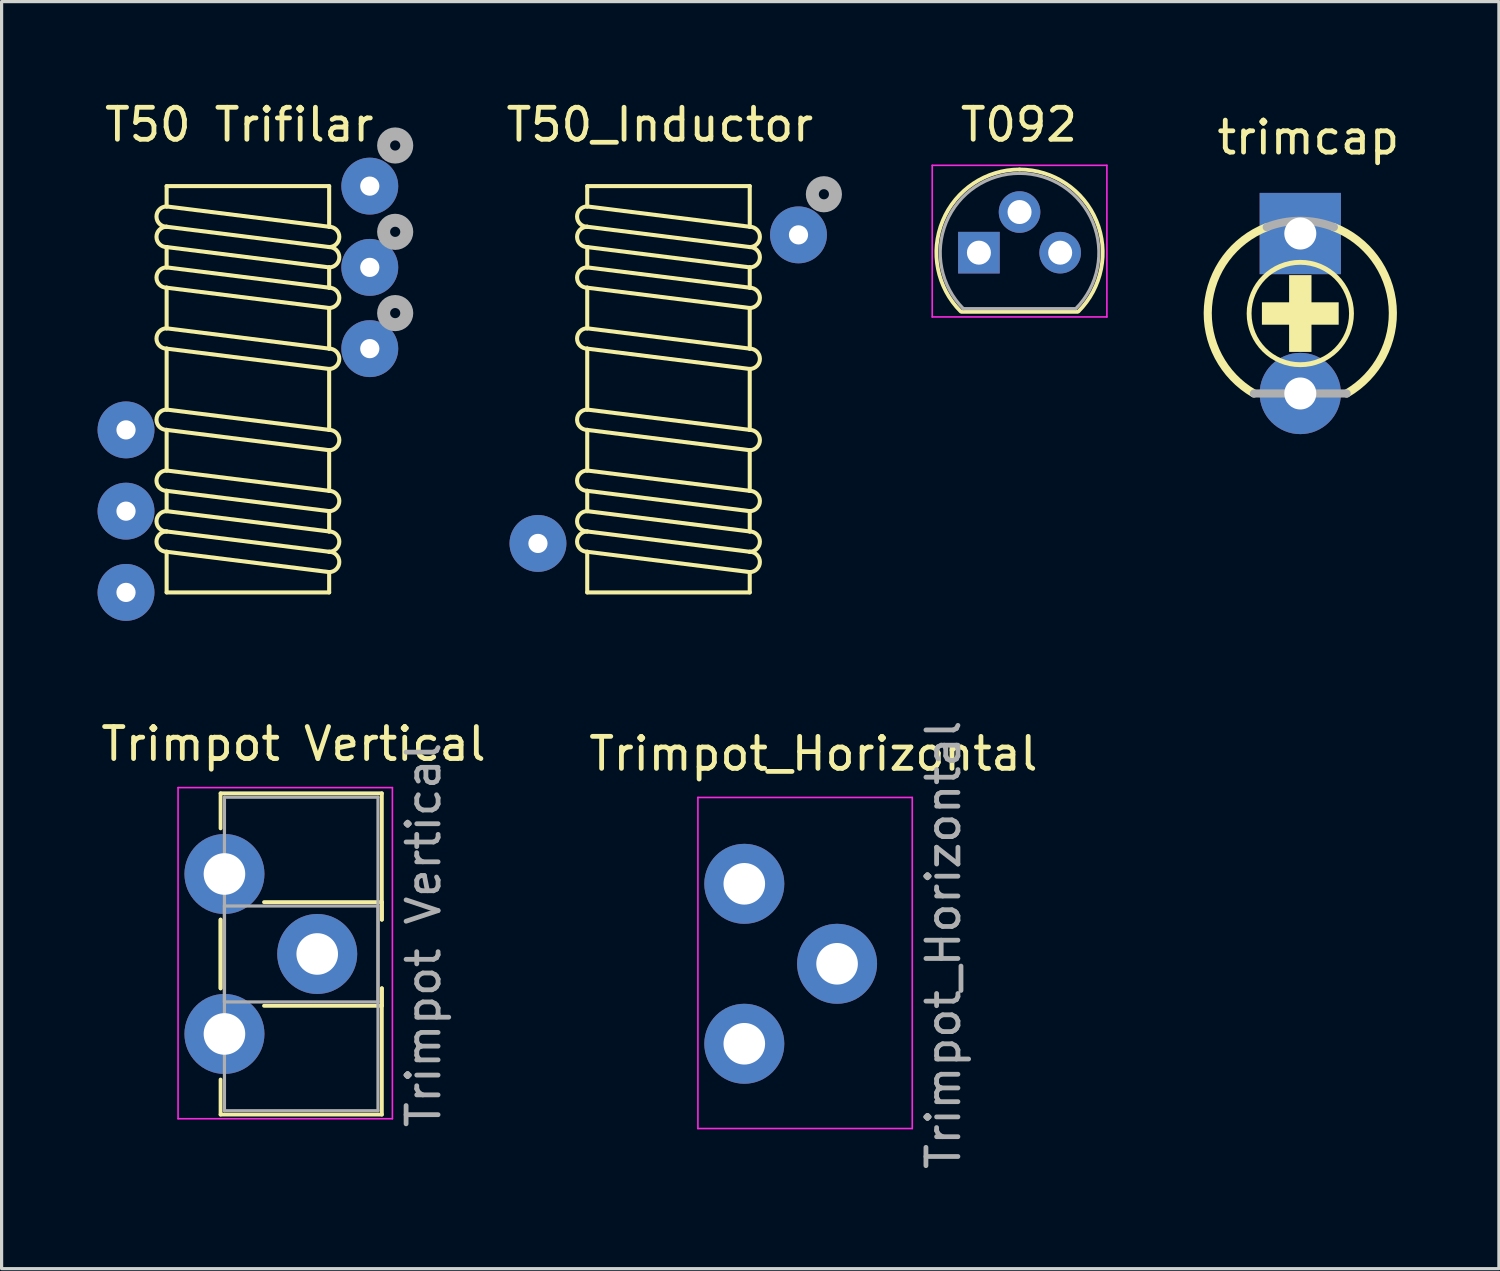
<source format=kicad_pcb>
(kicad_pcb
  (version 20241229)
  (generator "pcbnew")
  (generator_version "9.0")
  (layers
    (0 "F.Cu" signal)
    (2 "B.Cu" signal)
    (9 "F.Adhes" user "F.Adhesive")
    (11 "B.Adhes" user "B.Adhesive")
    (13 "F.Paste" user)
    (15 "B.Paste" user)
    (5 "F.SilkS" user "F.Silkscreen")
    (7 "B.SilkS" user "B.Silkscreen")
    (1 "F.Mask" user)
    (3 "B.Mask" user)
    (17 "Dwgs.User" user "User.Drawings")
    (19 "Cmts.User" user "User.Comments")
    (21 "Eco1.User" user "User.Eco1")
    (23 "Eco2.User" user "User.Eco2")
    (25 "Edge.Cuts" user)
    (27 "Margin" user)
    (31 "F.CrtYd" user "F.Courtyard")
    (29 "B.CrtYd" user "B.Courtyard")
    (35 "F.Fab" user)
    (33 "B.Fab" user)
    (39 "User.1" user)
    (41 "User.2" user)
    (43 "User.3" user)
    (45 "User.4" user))
  (footprint "T50_Inductor"
    (layer "F.Cu")
    (at 17.576 0.348)
    (property "Reference" "T50_Inductor" (at 0 0.5 0) (layer "F.SilkS") (effects (font (size 1 1) (thickness 0.15))))
    (attr through_hole)
    (fp_line (start -2.27 2.42) (end -2.27 3.055) (stroke (width 0.127) (type solid)) (layer "F.SilkS"))
    (fp_line (start -2.27 3.055) (end 2.81 3.69) (stroke (width 0.127) (type solid)) (layer "F.SilkS"))
    (fp_line (start -2.27 3.69) (end 2.81 4.325) (stroke (width 0.127) (type solid)) (layer "F.SilkS"))
    (fp_line (start -2.27 4.325) (end -2.27 4.96) (stroke (width 0.127) (type solid)) (layer "F.SilkS"))
    (fp_line (start -2.27 4.325) (end 2.81 4.96) (stroke (width 0.127) (type solid)) (layer "F.SilkS"))
    (fp_line (start -2.27 4.96) (end 2.81 5.595) (stroke (width 0.127) (type solid)) (layer "F.SilkS"))
    (fp_line (start -2.27 5.595) (end -2.27 6.865) (stroke (width 0.127) (type solid)) (layer "F.SilkS"))
    (fp_line (start -2.27 5.595) (end 2.81 6.23) (stroke (width 0.127) (type solid)) (layer "F.SilkS"))
    (fp_line (start -2.27 6.865) (end 2.81 7.5) (stroke (width 0.127) (type solid)) (layer "F.SilkS"))
    (fp_line (start -2.27 7.5) (end -2.27 9.405) (stroke (width 0.127) (type solid)) (layer "F.SilkS"))
    (fp_line (start -2.27 7.5) (end 2.81 8.135) (stroke (width 0.127) (type solid)) (layer "F.SilkS"))
    (fp_line (start -2.27 9.405) (end 2.81 10.04) (stroke (width 0.127) (type solid)) (layer "F.SilkS"))
    (fp_line (start -2.27 10.04) (end -2.27 11.31) (stroke (width 0.127) (type solid)) (layer "F.SilkS"))
    (fp_line (start -2.27 10.04) (end 2.81 10.675) (stroke (width 0.127) (type solid)) (layer "F.SilkS"))
    (fp_line (start -2.27 11.31) (end 2.81 11.945) (stroke (width 0.127) (type solid)) (layer "F.SilkS"))
    (fp_line (start -2.27 11.945) (end -2.27 12.58) (stroke (width 0.127) (type solid)) (layer "F.SilkS"))
    (fp_line (start -2.27 11.945) (end 2.81 12.58) (stroke (width 0.127) (type solid)) (layer "F.SilkS"))
    (fp_line (start -2.27 12.58) (end 2.81 13.215) (stroke (width 0.127) (type solid)) (layer "F.SilkS"))
    (fp_line (start -2.27 13.215) (end 2.81 13.85) (stroke (width 0.127) (type solid)) (layer "F.SilkS"))
    (fp_line (start -2.27 13.85) (end -2.27 15.12) (stroke (width 0.127) (type solid)) (layer "F.SilkS"))
    (fp_line (start -2.27 13.85) (end 2.81 14.485) (stroke (width 0.127) (type solid)) (layer "F.SilkS"))
    (fp_line (start -2.27 15.12) (end 2.81 15.12) (stroke (width 0.127) (type solid)) (layer "F.SilkS"))
    (fp_line (start 2.81 2.42) (end -2.27 2.42) (stroke (width 0.127) (type solid)) (layer "F.SilkS"))
    (fp_line (start 2.81 3.69) (end 2.81 2.42) (stroke (width 0.127) (type solid)) (layer "F.SilkS"))
    (fp_line (start 2.81 5.595) (end 2.81 4.96) (stroke (width 0.127) (type solid)) (layer "F.SilkS"))
    (fp_line (start 2.81 7.5) (end 2.81 6.23) (stroke (width 0.127) (type solid)) (layer "F.SilkS"))
    (fp_line (start 2.81 10.04) (end 2.81 8.135) (stroke (width 0.127) (type solid)) (layer "F.SilkS"))
    (fp_line (start 2.81 11.945) (end 2.81 10.675) (stroke (width 0.127) (type solid)) (layer "F.SilkS"))
    (fp_line (start 2.81 13.215) (end 2.81 12.58) (stroke (width 0.127) (type solid)) (layer "F.SilkS"))
    (fp_line (start 2.81 15.12) (end 2.81 14.485) (stroke (width 0.127) (type solid)) (layer "F.SilkS"))
    (fp_arc (start -2.27 3.69) (mid -2.5875 3.3725) (end -2.27 3.055) (stroke (width 0.127) (type solid)) (layer "F.SilkS"))
    (fp_arc (start -2.27 4.325) (mid -2.5875 4.0075) (end -2.27 3.69) (stroke (width 0.127) (type solid)) (layer "F.SilkS"))
    (fp_arc (start -2.27 5.595) (mid -2.5875 5.2775) (end -2.27 4.96) (stroke (width 0.127) (type solid)) (layer "F.SilkS"))
    (fp_arc (start -2.27 7.5) (mid -2.5875 7.1825) (end -2.27 6.865) (stroke (width 0.127) (type solid)) (layer "F.SilkS"))
    (fp_arc (start -2.27 10.04) (mid -2.5875 9.7225) (end -2.27 9.405) (stroke (width 0.127) (type solid)) (layer "F.SilkS"))
    (fp_arc (start -2.27 11.945) (mid -2.5875 11.6275) (end -2.27 11.31) (stroke (width 0.127) (type solid)) (layer "F.SilkS"))
    (fp_arc (start -2.27 13.215) (mid -2.5875 12.8975) (end -2.27 12.58) (stroke (width 0.127) (type solid)) (layer "F.SilkS"))
    (fp_arc (start -2.27 13.85) (mid -2.5875 13.5325) (end -2.27 13.215) (stroke (width 0.127) (type solid)) (layer "F.SilkS"))
    (fp_arc (start 2.81 3.69) (mid 3.1275 4.0075) (end 2.81 4.325) (stroke (width 0.127) (type solid)) (layer "F.SilkS"))
    (fp_arc (start 2.81 4.325) (mid 3.1275 4.6425) (end 2.81 4.96) (stroke (width 0.127) (type solid)) (layer "F.SilkS"))
    (fp_arc (start 2.81 5.595) (mid 3.1275 5.9125) (end 2.81 6.23) (stroke (width 0.127) (type solid)) (layer "F.SilkS"))
    (fp_arc (start 2.81 7.5) (mid 3.1275 7.8175) (end 2.81 8.135) (stroke (width 0.127) (type solid)) (layer "F.SilkS"))
    (fp_arc (start 2.81 10.04) (mid 3.1275 10.3575) (end 2.81 10.675) (stroke (width 0.127) (type solid)) (layer "F.SilkS"))
    (fp_arc (start 2.81 11.945) (mid 3.1275 12.2625) (end 2.81 12.58) (stroke (width 0.127) (type solid)) (layer "F.SilkS"))
    (fp_arc (start 2.81 13.215) (mid 3.1275 13.5325) (end 2.81 13.85) (stroke (width 0.127) (type solid)) (layer "F.SilkS"))
    (fp_arc (start 2.81 13.85) (mid 3.1275 14.1675) (end 2.81 14.485) (stroke (width 0.127) (type solid)) (layer "F.SilkS"))
    (fp_circle (center 5.128 2.674) (end 5.287 2.674) (stroke (width 0.406) (type solid)) (fill no) (layer "F.Fab"))
    (pad "1" thru_hole circle (at -3.81 13.589) (size 1.778 1.778) (drill 0.6) (layers "*.Cu" "*.Mask"))
    (pad "2" thru_hole circle (at 4.334 3.944) (size 1.778 1.778) (drill 0.6) (layers "*.Cu" "*.Mask")))
  (footprint "T50 Trifilar"
    (layer "F.Cu")
    (at 4.429 0.348)
    (property "Reference" "T50 Trifilar" (at 0 0.5 0) (layer "F.SilkS") (effects (font (size 1 1) (thickness 0.15))))
    (attr through_hole)
    (fp_line (start -2.27 2.42) (end -2.27 3.055) (stroke (width 0.127) (type solid)) (layer "F.SilkS"))
    (fp_line (start -2.27 3.055) (end 2.81 3.69) (stroke (width 0.127) (type solid)) (layer "F.SilkS"))
    (fp_line (start -2.27 3.69) (end 2.81 4.325) (stroke (width 0.127) (type solid)) (layer "F.SilkS"))
    (fp_line (start -2.27 4.325) (end -2.27 4.96) (stroke (width 0.127) (type solid)) (layer "F.SilkS"))
    (fp_line (start -2.27 4.325) (end 2.81 4.96) (stroke (width 0.127) (type solid)) (layer "F.SilkS"))
    (fp_line (start -2.27 4.96) (end 2.81 5.595) (stroke (width 0.127) (type solid)) (layer "F.SilkS"))
    (fp_line (start -2.27 5.595) (end -2.27 6.865) (stroke (width 0.127) (type solid)) (layer "F.SilkS"))
    (fp_line (start -2.27 5.595) (end 2.81 6.23) (stroke (width 0.127) (type solid)) (layer "F.SilkS"))
    (fp_line (start -2.27 6.865) (end 2.81 7.5) (stroke (width 0.127) (type solid)) (layer "F.SilkS"))
    (fp_line (start -2.27 7.5) (end -2.27 9.405) (stroke (width 0.127) (type solid)) (layer "F.SilkS"))
    (fp_line (start -2.27 7.5) (end 2.81 8.135) (stroke (width 0.127) (type solid)) (layer "F.SilkS"))
    (fp_line (start -2.27 9.405) (end 2.81 10.04) (stroke (width 0.127) (type solid)) (layer "F.SilkS"))
    (fp_line (start -2.27 10.04) (end -2.27 11.31) (stroke (width 0.127) (type solid)) (layer "F.SilkS"))
    (fp_line (start -2.27 10.04) (end 2.81 10.675) (stroke (width 0.127) (type solid)) (layer "F.SilkS"))
    (fp_line (start -2.27 11.31) (end 2.81 11.945) (stroke (width 0.127) (type solid)) (layer "F.SilkS"))
    (fp_line (start -2.27 11.945) (end -2.27 12.58) (stroke (width 0.127) (type solid)) (layer "F.SilkS"))
    (fp_line (start -2.27 11.945) (end 2.81 12.58) (stroke (width 0.127) (type solid)) (layer "F.SilkS"))
    (fp_line (start -2.27 12.58) (end 2.81 13.215) (stroke (width 0.127) (type solid)) (layer "F.SilkS"))
    (fp_line (start -2.27 13.215) (end 2.81 13.85) (stroke (width 0.127) (type solid)) (layer "F.SilkS"))
    (fp_line (start -2.27 13.85) (end -2.27 15.12) (stroke (width 0.127) (type solid)) (layer "F.SilkS"))
    (fp_line (start -2.27 13.85) (end 2.81 14.485) (stroke (width 0.127) (type solid)) (layer "F.SilkS"))
    (fp_line (start -2.27 15.12) (end 2.81 15.12) (stroke (width 0.127) (type solid)) (layer "F.SilkS"))
    (fp_line (start 2.81 2.42) (end -2.27 2.42) (stroke (width 0.127) (type solid)) (layer "F.SilkS"))
    (fp_line (start 2.81 3.69) (end 2.81 2.42) (stroke (width 0.127) (type solid)) (layer "F.SilkS"))
    (fp_line (start 2.81 5.595) (end 2.81 4.96) (stroke (width 0.127) (type solid)) (layer "F.SilkS"))
    (fp_line (start 2.81 7.5) (end 2.81 6.23) (stroke (width 0.127) (type solid)) (layer "F.SilkS"))
    (fp_line (start 2.81 10.04) (end 2.81 8.135) (stroke (width 0.127) (type solid)) (layer "F.SilkS"))
    (fp_line (start 2.81 11.945) (end 2.81 10.675) (stroke (width 0.127) (type solid)) (layer "F.SilkS"))
    (fp_line (start 2.81 13.215) (end 2.81 12.58) (stroke (width 0.127) (type solid)) (layer "F.SilkS"))
    (fp_line (start 2.81 15.12) (end 2.81 14.485) (stroke (width 0.127) (type solid)) (layer "F.SilkS"))
    (fp_arc (start -2.27 3.69) (mid -2.5875 3.3725) (end -2.27 3.055) (stroke (width 0.127) (type solid)) (layer "F.SilkS"))
    (fp_arc (start -2.27 4.325) (mid -2.5875 4.0075) (end -2.27 3.69) (stroke (width 0.127) (type solid)) (layer "F.SilkS"))
    (fp_arc (start -2.27 5.595) (mid -2.5875 5.2775) (end -2.27 4.96) (stroke (width 0.127) (type solid)) (layer "F.SilkS"))
    (fp_arc (start -2.27 7.5) (mid -2.5875 7.1825) (end -2.27 6.865) (stroke (width 0.127) (type solid)) (layer "F.SilkS"))
    (fp_arc (start -2.27 10.04) (mid -2.5875 9.7225) (end -2.27 9.405) (stroke (width 0.127) (type solid)) (layer "F.SilkS"))
    (fp_arc (start -2.27 11.945) (mid -2.5875 11.6275) (end -2.27 11.31) (stroke (width 0.127) (type solid)) (layer "F.SilkS"))
    (fp_arc (start -2.27 13.215) (mid -2.5875 12.8975) (end -2.27 12.58) (stroke (width 0.127) (type solid)) (layer "F.SilkS"))
    (fp_arc (start -2.27 13.85) (mid -2.5875 13.5325) (end -2.27 13.215) (stroke (width 0.127) (type solid)) (layer "F.SilkS"))
    (fp_arc (start 2.81 3.69) (mid 3.1275 4.0075) (end 2.81 4.325) (stroke (width 0.127) (type solid)) (layer "F.SilkS"))
    (fp_arc (start 2.81 4.325) (mid 3.1275 4.6425) (end 2.81 4.96) (stroke (width 0.127) (type solid)) (layer "F.SilkS"))
    (fp_arc (start 2.81 5.595) (mid 3.1275 5.9125) (end 2.81 6.23) (stroke (width 0.127) (type solid)) (layer "F.SilkS"))
    (fp_arc (start 2.81 7.5) (mid 3.1275 7.8175) (end 2.81 8.135) (stroke (width 0.127) (type solid)) (layer "F.SilkS"))
    (fp_arc (start 2.81 10.04) (mid 3.1275 10.3575) (end 2.81 10.675) (stroke (width 0.127) (type solid)) (layer "F.SilkS"))
    (fp_arc (start 2.81 11.945) (mid 3.1275 12.2625) (end 2.81 12.58) (stroke (width 0.127) (type solid)) (layer "F.SilkS"))
    (fp_arc (start 2.81 13.215) (mid 3.1275 13.5325) (end 2.81 13.85) (stroke (width 0.127) (type solid)) (layer "F.SilkS"))
    (fp_arc (start 2.81 13.85) (mid 3.1275 14.1675) (end 2.81 14.485) (stroke (width 0.127) (type solid)) (layer "F.SilkS"))
    (fp_circle (center 4.874 1.15) (end 5.033 1.15) (stroke (width 0.406) (type solid)) (fill no) (layer "F.Fab"))
    (fp_circle (center 4.874 6.389) (end 5.033 6.389) (stroke (width 0.406) (type solid)) (fill no) (layer "F.Fab"))
    (fp_circle (center 4.874 3.849) (end 5.033 3.849) (stroke (width 0.406) (type solid)) (fill no) (layer "F.Fab"))
    (pad "C1A" thru_hole circle (at 4.08 2.42) (size 1.778 1.778) (drill 0.6) (layers "*.Cu" "*.Mask"))
    (pad "C1B" thru_hole circle (at -3.54 10.04) (size 1.778 1.778) (drill 0.6) (layers "*.Cu" "*.Mask"))
    (pad "C2A" thru_hole circle (at 4.08 4.96) (size 1.778 1.778) (drill 0.6) (layers "*.Cu" "*.Mask"))
    (pad "C2B" thru_hole circle (at -3.54 12.58) (size 1.778 1.778) (drill 0.6) (layers "*.Cu" "*.Mask"))
    (pad "C3A" thru_hole circle (at 4.08 7.5) (size 1.778 1.778) (drill 0.6) (layers "*.Cu" "*.Mask"))
    (pad "C3B" thru_hole circle (at -3.54 15.12) (size 1.778 1.778) (drill 0.6) (layers "*.Cu" "*.Mask")))
  (footprint "Trimpot Vertical"
    (layer "F.Cu")
    (at 5.363 21.476)
    (property "Reference" "Trimpot Vertical" (at 0.762 -1.27 0) (layer "F.SilkS") (effects (font (size 1 1) (thickness 0.15))))
    (attr through_hole)
    (fp_line (start -1.518 0.273) (end -1.518 1.368) (stroke (width 0.12) (type solid)) (layer "F.SilkS"))
    (fp_line (start -1.518 0.273) (end 3.523 0.273) (stroke (width 0.12) (type solid)) (layer "F.SilkS"))
    (fp_line (start -1.518 4.22) (end -1.518 6.369) (stroke (width 0.12) (type solid)) (layer "F.SilkS"))
    (fp_line (start -1.518 4.22) (end -1.518 6.369) (stroke (width 0.12) (type solid)) (layer "F.SilkS"))
    (fp_line (start -1.518 9.219) (end -1.518 10.314) (stroke (width 0.12) (type solid)) (layer "F.SilkS"))
    (fp_line (start -1.518 10.314) (end 3.523 10.314) (stroke (width 0.12) (type solid)) (layer "F.SilkS"))
    (fp_line (start -0.16 3.674) (end 3.523 3.674) (stroke (width 0.12) (type solid)) (layer "F.SilkS"))
    (fp_line (start -0.16 6.914) (end 3.523 6.914) (stroke (width 0.12) (type solid)) (layer "F.SilkS"))
    (fp_line (start 3.523 0.273) (end 3.523 4.222) (stroke (width 0.12) (type solid)) (layer "F.SilkS"))
    (fp_line (start 3.523 3.674) (end 3.523 4.222) (stroke (width 0.12) (type solid)) (layer "F.SilkS"))
    (fp_line (start 3.523 6.367) (end 3.523 6.914) (stroke (width 0.12) (type solid)) (layer "F.SilkS"))
    (fp_line (start 3.523 6.367) (end 3.523 10.314) (stroke (width 0.12) (type solid)) (layer "F.SilkS"))
    (fp_line (start -2.847 0.094) (end -2.847 10.444) (stroke (width 0.05) (type solid)) (layer "F.CrtYd"))
    (fp_line (start -2.847 10.444) (end 3.853 10.444) (stroke (width 0.05) (type solid)) (layer "F.CrtYd"))
    (fp_line (start 3.853 0.094) (end -2.847 0.094) (stroke (width 0.05) (type solid)) (layer "F.CrtYd"))
    (fp_line (start 3.853 10.444) (end 3.853 0.094) (stroke (width 0.05) (type solid)) (layer "F.CrtYd"))
    (fp_line (start -1.397 0.394) (end 3.403 0.394) (stroke (width 0.1) (type solid)) (layer "F.Fab"))
    (fp_line (start -1.397 3.794) (end -1.397 6.794) (stroke (width 0.1) (type solid)) (layer "F.Fab"))
    (fp_line (start -1.397 6.794) (end 3.403 6.794) (stroke (width 0.1) (type solid)) (layer "F.Fab"))
    (fp_line (start -1.397 10.194) (end -1.397 0.394) (stroke (width 0.1) (type solid)) (layer "F.Fab"))
    (fp_line (start 3.403 0.394) (end 3.403 10.194) (stroke (width 0.1) (type solid)) (layer "F.Fab"))
    (fp_line (start 3.403 3.794) (end -1.397 3.794) (stroke (width 0.1) (type solid)) (layer "F.Fab"))
    (fp_line (start 3.403 6.794) (end 3.403 3.794) (stroke (width 0.1) (type solid)) (layer "F.Fab"))
    (fp_line (start 3.403 10.194) (end -1.397 10.194) (stroke (width 0.1) (type solid)) (layer "F.Fab"))
    (fp_text user "${REFERENCE}" (at 4.826 4.699 90) (layer "F.Fab") (effects (font (size 1 1) (thickness 0.15))))
    (pad "1" thru_hole circle (at -1.397 2.794) (size 2.5 2.5) (drill 1.3) (layers "*.Cu" "*.Mask"))
    (pad "2" thru_hole circle (at 1.503 5.294) (size 2.5 2.5) (drill 1.3) (layers "*.Cu" "*.Mask"))
    (pad "3" thru_hole circle (at -1.397 7.794) (size 2.5 2.5) (drill 1.3) (layers "*.Cu" "*.Mask")))
  (footprint "trimcap"
    (layer "F.Cu")
    (at 37.596 0.25)
    (property "Reference" "trimcap" (at 0.25 1 0) (layer "F.SilkS") (effects (font (size 1 1) (thickness 0.15))))
    (attr through_hole)
    (fp_arc (start -1.45 9) (mid -2.884874 6.274241) (end -1.05 3.8) (stroke (width 0.254) (type solid)) (layer "F.SilkS"))
    (fp_arc (start 1.05 3.8) (mid 2.884874 6.274241) (end 1.45 9) (stroke (width 0.254) (type solid)) (layer "F.SilkS"))
    (fp_circle (center 0 6.5) (end 1.6 6.5) (stroke (width 0.152) (type solid)) (fill no) (layer "F.SilkS"))
    (fp_poly (pts (xy -1.2 6.85) (xy 1.2 6.85) (xy 1.2 6.15) (xy -1.2 6.15)) (stroke (width 0) (type solid)) (fill yes) (layer "F.SilkS"))
    (fp_poly (pts (xy -0.35 7.7) (xy 0.35 7.7) (xy 0.35 5.3) (xy -0.35 5.3)) (stroke (width 0) (type solid)) (fill yes) (layer "F.SilkS"))
    (fp_line (start 1.45 9) (end -1.45 9) (stroke (width 0.254) (type solid)) (layer "F.Fab"))
    (fp_arc (start -1.05 3.8) (mid 0 3.603019) (end 1.05 3.8) (stroke (width 0.254) (type solid)) (layer "F.Fab"))
    (pad "1" thru_hole rect (at 0 4) (size 2.54 2.54) (drill 1) (layers "*.Cu" "*.Mask"))
    (pad "2" thru_hole circle (at 0 9) (size 2.54 2.54) (drill 1) (layers "*.Cu" "*.Mask")))
  (footprint "T092"
    (layer "F.Cu")
    (at 28.8 0.348)
    (property "Reference" "T092" (at 0 0.5 0) (layer "F.SilkS") (effects (font (size 1 1) (thickness 0.15))))
    (attr through_hole)
    (fp_line (start -1.78 6.35) (end 1.82 6.35) (stroke (width 0.12) (type solid)) (layer "F.SilkS"))
    (fp_arc (start -1.818478 6.338478) (mid -2.382087 3.505023) (end 0.02 1.9) (stroke (width 0.12) (type solid)) (layer "F.SilkS"))
    (fp_arc (start 0.02 1.9) (mid 2.422087 3.505023) (end 1.858478 6.338478) (stroke (width 0.12) (type solid)) (layer "F.SilkS"))
    (fp_line (start -2.71 1.77) (end -2.71 6.51) (stroke (width 0.05) (type solid)) (layer "F.CrtYd"))
    (fp_line (start -2.71 1.77) (end 2.75 1.77) (stroke (width 0.05) (type solid)) (layer "F.CrtYd"))
    (fp_line (start 2.75 6.51) (end -2.71 6.51) (stroke (width 0.05) (type solid)) (layer "F.CrtYd"))
    (fp_line (start 2.75 6.51) (end 2.75 1.77) (stroke (width 0.05) (type solid)) (layer "F.CrtYd"))
    (fp_line (start -1.75 6.25) (end 1.75 6.25) (stroke (width 0.1) (type solid)) (layer "F.Fab"))
    (fp_arc (start -1.733625 6.253625) (mid -2.271221 3.550945) (end 0.02 2.02) (stroke (width 0.1) (type solid)) (layer "F.Fab"))
    (fp_arc (start 0.02 2.02) (mid 2.311221 3.550945) (end 1.773625 6.253625) (stroke (width 0.1) (type solid)) (layer "F.Fab"))
    (pad "1" thru_hole rect (at -1.25 4.5 90) (size 1.3 1.3) (drill 0.75) (layers "*.Cu" "*.Mask"))
    (pad "2" thru_hole circle (at 0.02 3.23 90) (size 1.3 1.3) (drill 0.75) (layers "*.Cu" "*.Mask"))
    (pad "3" thru_hole circle (at 1.29 4.5 90) (size 1.3 1.3) (drill 0.75) (layers "*.Cu" "*.Mask")))
  (footprint "Trimpot_Horizontal"
    (layer "F.Cu")
    (at 21.613 21.783)
    (property "Reference" "Trimpot_Horizontal" (at 0.762 -1.27 0) (layer "F.SilkS") (effects (font (size 1 1) (thickness 0.15))))
    (attr through_hole)
    (fp_line (start -2.847 0.094) (end -2.847 10.444) (stroke (width 0.05) (type solid)) (layer "F.CrtYd"))
    (fp_line (start -2.847 10.444) (end 3.853 10.444) (stroke (width 0.05) (type solid)) (layer "F.CrtYd"))
    (fp_line (start 3.853 0.094) (end -2.847 0.094) (stroke (width 0.05) (type solid)) (layer "F.CrtYd"))
    (fp_line (start 3.853 10.444) (end 3.853 0.094) (stroke (width 0.05) (type solid)) (layer "F.CrtYd"))
    (fp_text user "${REFERENCE}" (at 4.826 4.699 90) (layer "F.Fab") (effects (font (size 1 1) (thickness 0.15))))
    (pad "1" thru_hole circle (at -1.397 2.794) (size 2.5 2.5) (drill 1.3) (layers "*.Cu" "*.Mask"))
    (pad "2" thru_hole circle (at 1.503 5.294) (size 2.5 2.5) (drill 1.3) (layers "*.Cu" "*.Mask"))
    (pad "3" thru_hole circle (at -1.397 7.794) (size 2.5 2.5) (drill 1.3) (layers "*.Cu" "*.Mask")))
  (gr_rect
    (start -3 -3)
    (end 43.804 36.607)
    (stroke (width 0.1) (type default))
    (fill no)
    (layer "Edge.Cuts")))
</source>
